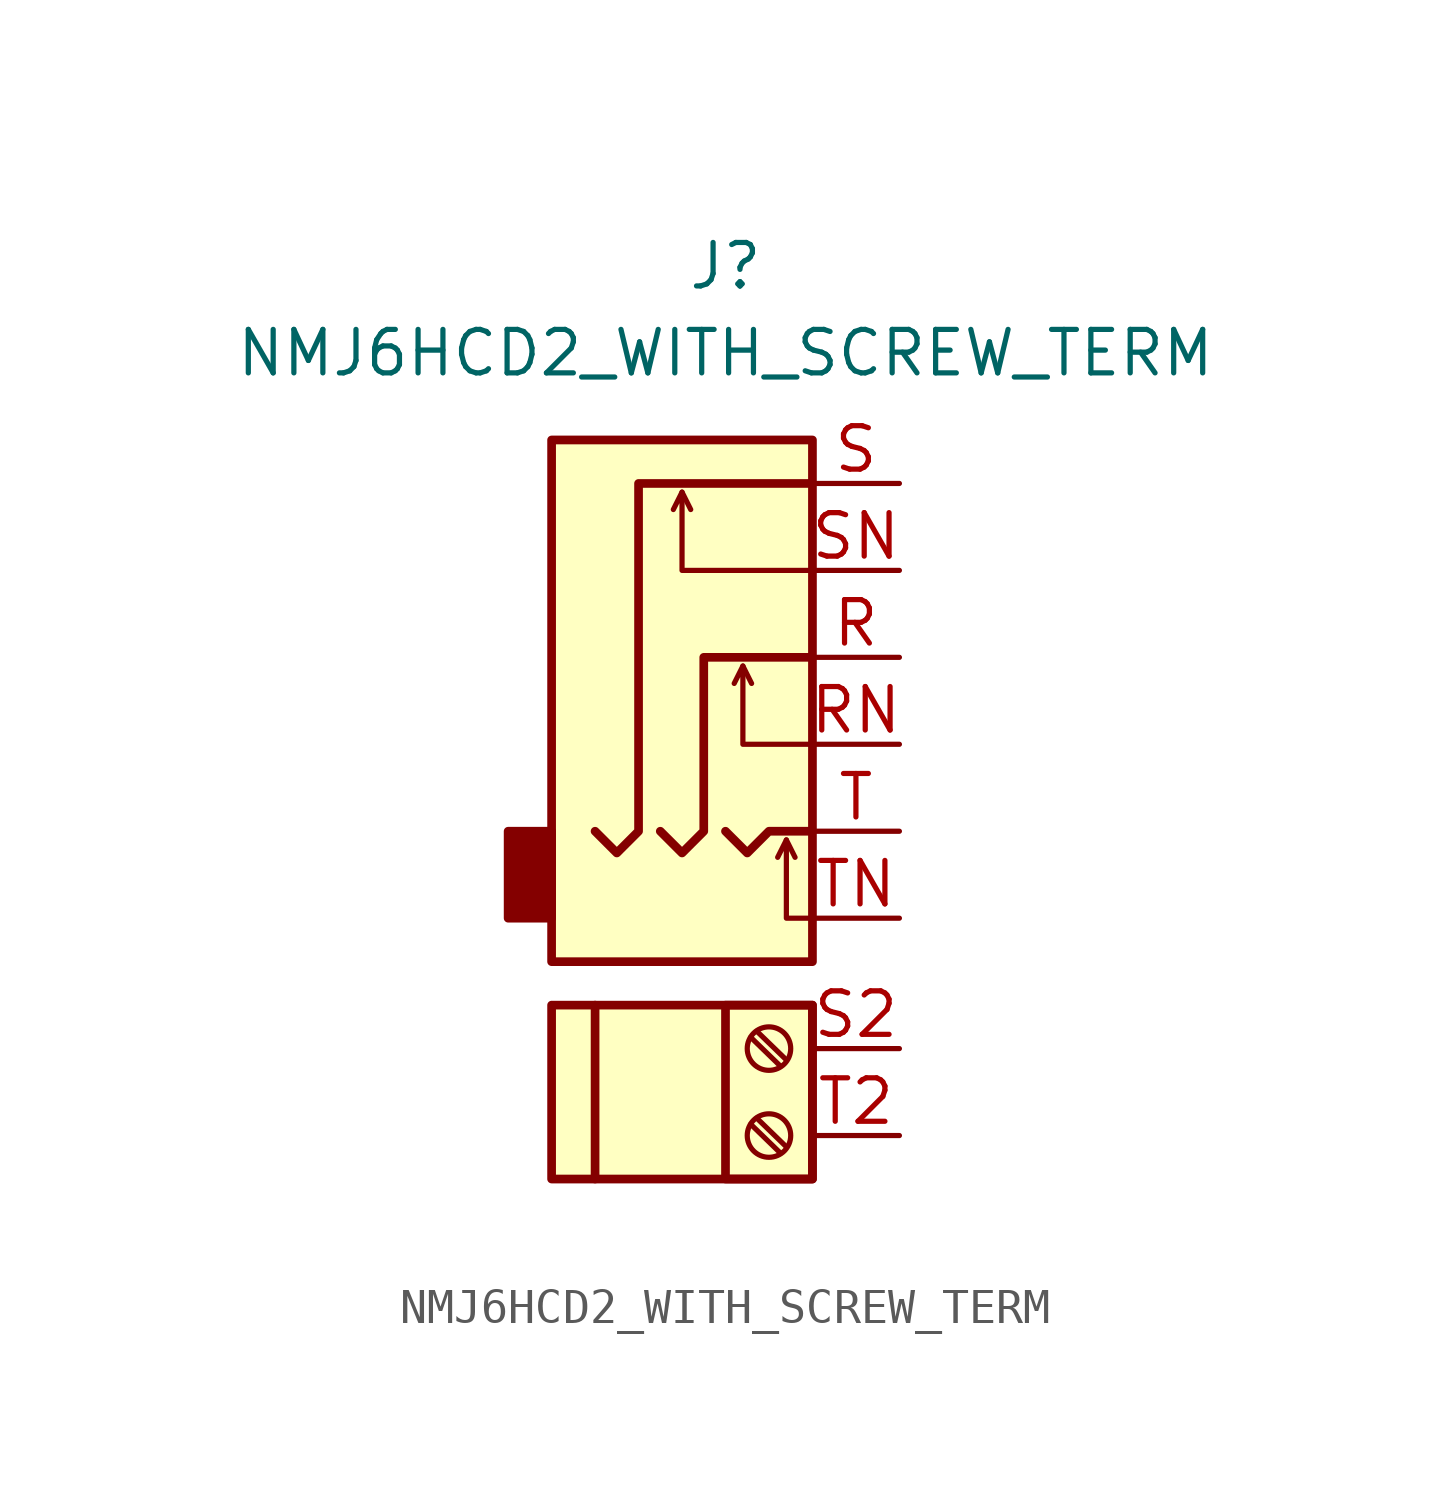
<source format=kicad_sym>
(kicad_symbol_lib
  (version 20220914)
  (generator kicad_symbol_editor)
  (symbol "NMJ6HCD2_WITH_SCREW_TERM"
    (property "Reference" "J"
      (at 0 11.43 0)
      (effects (font (size 1.27 1.27))))
    (property "Value" "NMJ6HCD2_WITH_SCREW_TERM"
      (at 0 8.89 0)
      (effects (font (size 1.27 1.27))))
    (symbol "NMJ6HCD2_WITH_SCREW_TERM_0_1"
      (rectangle (start -5.08 -10.16) (end 2.54 -15.24) (stroke (width 0.254) (type default)) (fill (type background)))
      (rectangle (start -5.08 -5.08) (end -6.35 -7.62) (stroke (width 0.254) (type default)) (fill (type outline)))
      (rectangle (start -5.08 6.35) (end 2.54 -8.89) (stroke (width 0.254) (type default)) (fill (type background)))
      (polyline (pts (xy -1.27 4.826) (xy -1.016 4.318)) (stroke (width 0) (type default)) (fill (type none)))
      (polyline (pts (xy 0.508 -0.254) (xy 0.762 -0.762)) (stroke (width 0) (type default)) (fill (type none)))
      (polyline (pts (xy 1.778 -5.334) (xy 2.032 -5.842)) (stroke (width 0) (type default)) (fill (type none)))
      (polyline (pts (xy 0 -5.08) (xy 0.635 -5.715) (xy 1.27 -5.08) (xy 2.54 -5.08)) (stroke (width 0.254) (type default)) (fill (type none)))
      (polyline (pts (xy 2.54 -7.62) (xy 1.778 -7.62) (xy 1.778 -5.334) (xy 1.524 -5.842)) (stroke (width 0) (type default)) (fill (type none)))
      (polyline (pts (xy 2.54 -2.54) (xy 0.508 -2.54) (xy 0.508 -0.254) (xy 0.254 -0.762)) (stroke (width 0) (type default)) (fill (type none)))
      (polyline (pts (xy 2.54 2.54) (xy -1.27 2.54) (xy -1.27 4.826) (xy -1.524 4.318)) (stroke (width 0) (type default)) (fill (type none)))
      (polyline (pts (xy -1.905 -5.08) (xy -1.27 -5.715) (xy -0.635 -5.08) (xy -0.635 0) (xy 2.54 0)) (stroke (width 0.254) (type default)) (fill (type none)))
      (polyline (pts (xy 2.54 5.08) (xy -2.54 5.08) (xy -2.54 -5.08) (xy -3.175 -5.715) (xy -3.81 -5.08)) (stroke (width 0.254) (type default)) (fill (type none))))
    (symbol "NMJ6HCD2_WITH_SCREW_TERM_1_1"
      (rectangle (start 0 -10.16) (end 2.54 -15.24) (stroke (width 0.254) (type default)) (fill (type background)))
      (polyline (pts (xy -3.81 -10.16) (xy -3.81 -15.24)) (stroke (width 0.254) (type default)) (fill (type none)))
      (polyline (pts (xy 0.737 -13.64) (xy 1.6 -14.478)) (stroke (width 0.152) (type default)) (fill (type none)))
      (polyline (pts (xy 0.737 -11.1) (xy 1.6 -11.938)) (stroke (width 0.152) (type default)) (fill (type none)))
      (polyline (pts (xy 0.914 -13.462) (xy 1.778 -14.3)) (stroke (width 0.152) (type default)) (fill (type none)))
      (polyline (pts (xy 0.914 -10.922) (xy 1.778 -11.76)) (stroke (width 0.152) (type default)) (fill (type none)))
      (circle (center 1.27 -13.97) (radius 0.635) (stroke (width 0.152) (type default)) (fill (type none)))
      (circle (center 1.27 -11.43) (radius 0.635) (stroke (width 0.152) (type default)) (fill (type none)))
      (pin passive line (at 5.08 0 180) (length 2.54) (name "~" (effects (font (size 1.27 1.27)))) (number "R" (effects (font (size 1.27 1.27)))))
      (pin passive line (at 5.08 -2.54 180) (length 2.54) (name "~" (effects (font (size 1.27 1.27)))) (number "RN" (effects (font (size 1.27 1.27)))))
      (pin passive line (at 5.08 5.08 180) (length 2.54) (name "~" (effects (font (size 1.27 1.27)))) (number "S" (effects (font (size 1.27 1.27)))))
      (pin passive line (at 5.08 -11.43 180) (length 2.54) (name "~" (effects (font (size 1.27 1.27)))) (number "S2" (effects (font (size 1.27 1.27)))))
      (pin passive line (at 5.08 2.54 180) (length 2.54) (name "~" (effects (font (size 1.27 1.27)))) (number "SN" (effects (font (size 1.27 1.27)))))
      (pin passive line (at 5.08 -5.08 180) (length 2.54) (name "~" (effects (font (size 1.27 1.27)))) (number "T" (effects (font (size 1.27 1.27)))))
      (pin passive line (at 5.08 -13.97 180) (length 2.54) (name "" (effects (font (size 1.27 1.27)))) (number "T2" (effects (font (size 1.27 1.27)))))
      (pin passive line (at 5.08 -7.62 180) (length 2.54) (name "~" (effects (font (size 1.27 1.27)))) (number "TN" (effects (font (size 1.27 1.27))))))))
</source>
